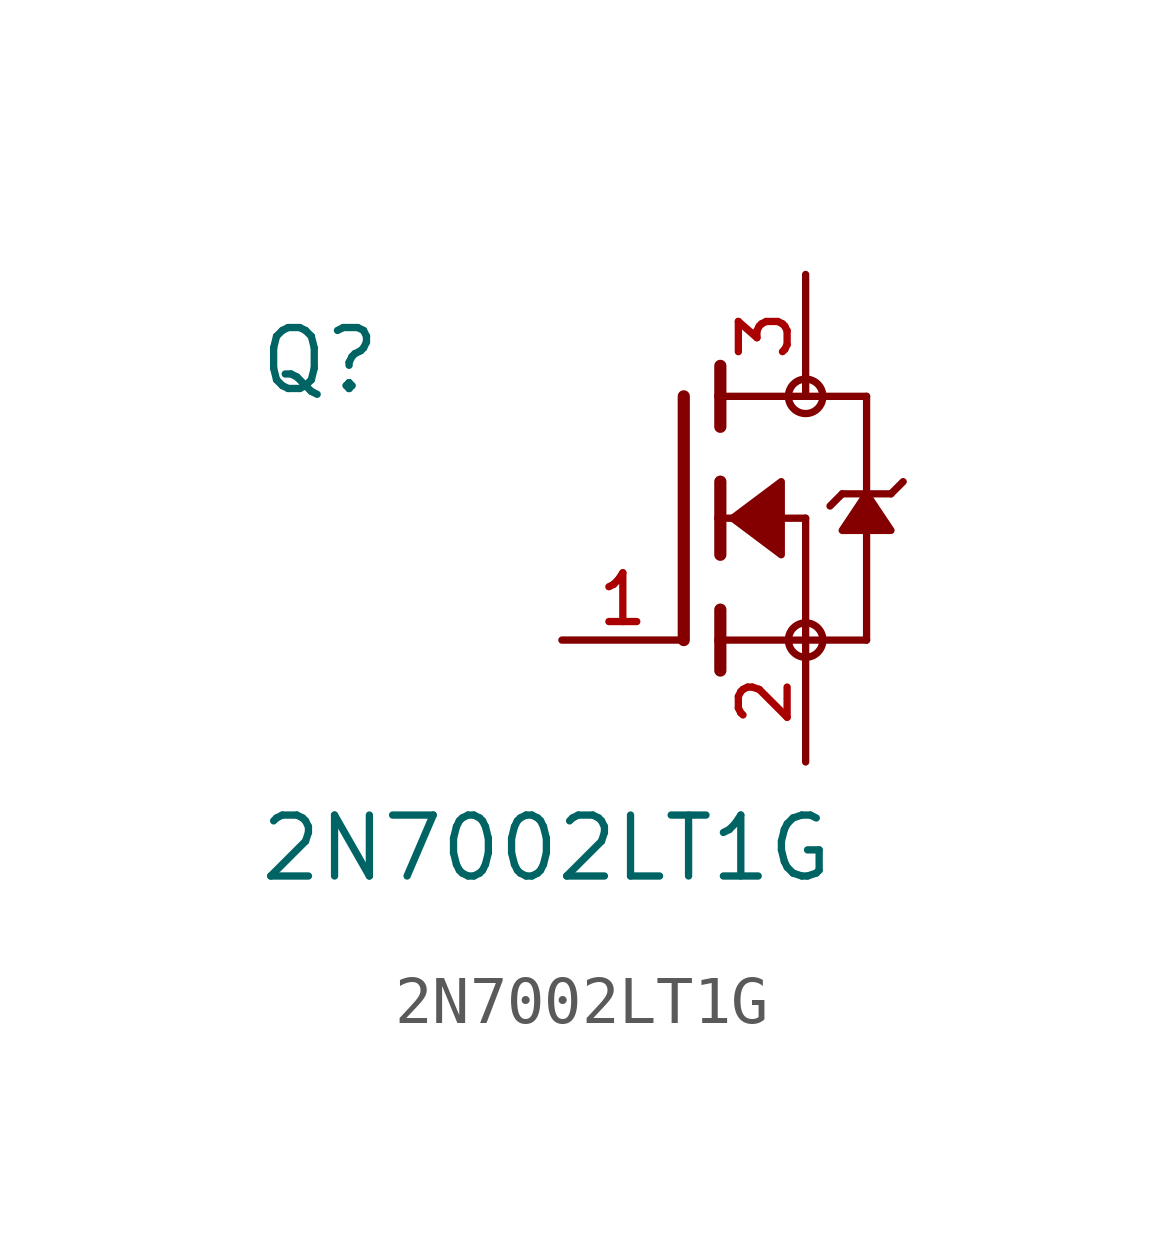
<source format=kicad_sym>
(kicad_symbol_lib
  (version 20211014)
  (generator kicad_symbol_editor)
  (symbol "2N7002LT1G"
    (pin_names
      (offset 1.016))
    (property "Reference" "Q"
      (at -8.89 2.54 0)
      (effects (font (size 1.27 1.27)) (justify bottom left)))
    (property "Value" "2N7002LT1G"
      (at -8.89 -7.62 0)
      (effects (font (size 1.27 1.27)) (justify bottom left)))
    (symbol "2N7002LT1G_0_0"
      (polyline (pts (xy 0.762 0.762) (xy 0.762 0.0)) (stroke (width 0.254)))
      (polyline (pts (xy 0.762 0.0) (xy 0.762 -0.762)) (stroke (width 0.254)))
      (polyline (pts (xy 0.762 3.175) (xy 0.762 2.54)) (stroke (width 0.254)))
      (polyline (pts (xy 0.762 2.54) (xy 0.762 1.905)) (stroke (width 0.254)))
      (polyline (pts (xy 0.762 0.0) (xy 2.54 0.0)) (stroke (width 0.152)))
      (polyline (pts (xy 2.54 0.0) (xy 2.54 -2.54)) (stroke (width 0.152)))
      (polyline (pts (xy 0.762 -1.905) (xy 0.762 -2.54)) (stroke (width 0.254)))
      (polyline (pts (xy 0.762 -2.54) (xy 0.762 -3.175)) (stroke (width 0.254)))
      (polyline (pts (xy 0.0 2.54) (xy 0.0 -2.54)) (stroke (width 0.254)))
      (polyline (pts (xy 2.54 -2.54) (xy 0.762 -2.54)) (stroke (width 0.152)))
      (polyline (pts (xy 3.81 2.54) (xy 3.81 0.508)) (stroke (width 0.152)))
      (polyline (pts (xy 3.81 0.508) (xy 3.81 -2.54)) (stroke (width 0.152)))
      (polyline (pts (xy 2.54 -2.54) (xy 3.81 -2.54)) (stroke (width 0.152)))
      (polyline (pts (xy 0.762 2.54) (xy 3.81 2.54)) (stroke (width 0.152)))
      (polyline (pts (xy 4.572 0.762) (xy 4.318 0.508)) (stroke (width 0.152)))
      (polyline (pts (xy 4.318 0.508) (xy 3.81 0.508)) (stroke (width 0.152)))
      (polyline (pts (xy 3.81 0.508) (xy 3.302 0.508)) (stroke (width 0.152)))
      (polyline (pts (xy 3.302 0.508) (xy 3.048 0.254)) (stroke (width 0.152)))
      (circle (center 2.54 -2.54) (radius 0.359) (stroke (width 0.0)) (fill (type none)))
      (circle (center 2.54 2.54) (radius 0.359) (stroke (width 0.0)) (fill (type none)))
      (polyline (pts (xy 3.81 0.508) (xy 3.302 -0.254) (xy 4.318 -0.254) (xy 3.81 0.508)) (stroke (width 0.152)) (fill (type outline)))
      (polyline (pts (xy 1.016 0.0) (xy 2.032 0.762) (xy 2.032 -0.762) (xy 1.016 0.0)) (stroke (width 0.152)) (fill (type outline)))
      (pin passive line (at 2.54 -5.08 90.0) (length 2.54) (name "~" (effects (font (size 1.016 1.016)))) (number "2" (effects (font (size 1.016 1.016)))))
      (pin passive line (at -2.54 -2.54 0) (length 2.54) (name "~" (effects (font (size 1.016 1.016)))) (number "1" (effects (font (size 1.016 1.016)))))
      (pin passive line (at 2.54 5.08 270.0) (length 2.54) (name "~" (effects (font (size 1.016 1.016)))) (number "3" (effects (font (size 1.016 1.016))))))))
</source>
